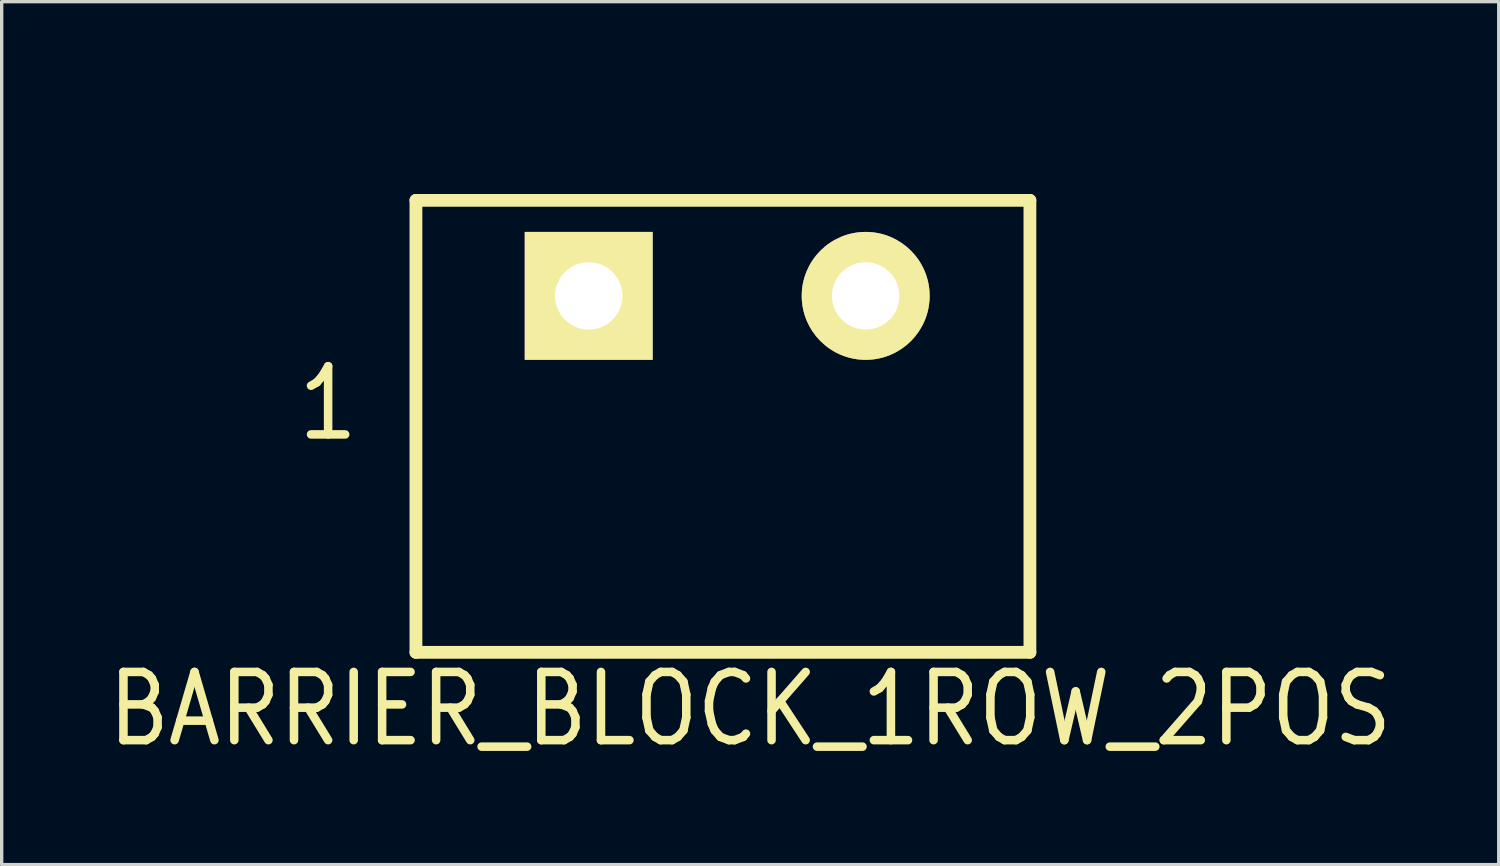
<source format=kicad_pcb>
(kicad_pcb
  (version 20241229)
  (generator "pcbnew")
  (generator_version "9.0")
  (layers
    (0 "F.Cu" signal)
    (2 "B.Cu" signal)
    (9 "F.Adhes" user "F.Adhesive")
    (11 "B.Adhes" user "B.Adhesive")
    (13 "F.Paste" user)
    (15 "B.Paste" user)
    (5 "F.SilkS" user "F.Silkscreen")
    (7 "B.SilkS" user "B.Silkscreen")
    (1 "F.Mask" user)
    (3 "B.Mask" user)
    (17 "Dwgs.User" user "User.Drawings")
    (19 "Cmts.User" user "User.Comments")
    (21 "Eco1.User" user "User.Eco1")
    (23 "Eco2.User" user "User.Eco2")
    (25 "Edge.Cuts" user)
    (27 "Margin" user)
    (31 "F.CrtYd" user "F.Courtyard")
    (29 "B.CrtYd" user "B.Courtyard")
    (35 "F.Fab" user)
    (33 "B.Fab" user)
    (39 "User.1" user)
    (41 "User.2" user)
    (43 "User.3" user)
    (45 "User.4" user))
  (footprint "BARRIER_BLOCK_1ROW_2POS"
    (layer "F.Cu")
    (at 18.483 9.649)
    (property "Reference" "BARRIER_BLOCK_1ROW_2POS" (at 0.813 8.42 0) (layer "F.SilkS") (effects (font (size 2.032 1.778) (thickness 0.254))))
    (property "Value" "BARRIER_BLOCK_1ROW_2POS" (at 0.406 -0.457 0) (layer "F.Fab") (hide yes) (effects (font (size 1 1) (thickness 0.152))))
    (attr through_hole)
    (fp_line (start -9.144 -6.731) (end -9.144 6.731) (stroke (width 0.381) (type solid)) (layer "F.SilkS"))
    (fp_line (start -9.144 -6.731) (end 9.144 -6.731) (stroke (width 0.381) (type solid)) (layer "F.SilkS"))
    (fp_line (start -9.144 6.731) (end 9.144 6.731) (stroke (width 0.381) (type solid)) (layer "F.SilkS"))
    (fp_line (start 9.144 -6.731) (end 9.144 6.731) (stroke (width 0.381) (type solid)) (layer "F.SilkS"))
    (fp_line (start -8.763 -6.477) (end -8.763 6.477) (stroke (width 0.254) (type solid)) (layer "Eco1.User"))
    (fp_line (start -8.763 6.477) (end -7.493 6.477) (stroke (width 0.254) (type solid)) (layer "Eco1.User"))
    (fp_line (start -7.493 -6.477) (end -8.763 -6.477) (stroke (width 0.254) (type solid)) (layer "Eco1.User"))
    (fp_line (start -7.493 -5.664) (end -7.493 -4.394) (stroke (width 0.254) (type solid)) (layer "Eco1.User"))
    (fp_line (start -7.493 -4.394) (end -0.635 -4.394) (stroke (width 0.254) (type solid)) (layer "Eco1.User"))
    (fp_line (start -7.493 4.394) (end -7.493 5.664) (stroke (width 0.254) (type solid)) (layer "Eco1.User"))
    (fp_line (start -7.493 5.664) (end -0.635 5.664) (stroke (width 0.254) (type solid)) (layer "Eco1.User"))
    (fp_line (start -7.493 6.477) (end -7.493 -6.477) (stroke (width 0.254) (type solid)) (layer "Eco1.User"))
    (fp_line (start -2.54 -2.311) (end -5.969 2.057) (stroke (width 0.254) (type solid)) (layer "Eco1.User"))
    (fp_line (start -2.337 -2.184) (end -5.766 2.184) (stroke (width 0.254) (type solid)) (layer "Eco1.User"))
    (fp_line (start -2.134 -2.032) (end -5.563 2.337) (stroke (width 0.254) (type solid)) (layer "Eco1.User"))
    (fp_line (start -0.635 -6.477) (end -0.635 6.477) (stroke (width 0.254) (type solid)) (layer "Eco1.User"))
    (fp_line (start -0.635 -5.664) (end -7.493 -5.664) (stroke (width 0.254) (type solid)) (layer "Eco1.User"))
    (fp_line (start -0.635 -4.394) (end -0.635 -5.664) (stroke (width 0.254) (type solid)) (layer "Eco1.User"))
    (fp_line (start -0.635 4.394) (end -7.493 4.394) (stroke (width 0.254) (type solid)) (layer "Eco1.User"))
    (fp_line (start -0.635 5.664) (end -0.635 4.394) (stroke (width 0.254) (type solid)) (layer "Eco1.User"))
    (fp_line (start -0.635 6.477) (end 0.635 6.477) (stroke (width 0.254) (type solid)) (layer "Eco1.User"))
    (fp_line (start 0.635 -6.477) (end -0.635 -6.477) (stroke (width 0.254) (type solid)) (layer "Eco1.User"))
    (fp_line (start 0.635 -5.664) (end 0.635 -4.394) (stroke (width 0.254) (type solid)) (layer "Eco1.User"))
    (fp_line (start 0.635 -4.394) (end 7.493 -4.394) (stroke (width 0.254) (type solid)) (layer "Eco1.User"))
    (fp_line (start 0.635 4.394) (end 0.635 5.664) (stroke (width 0.254) (type solid)) (layer "Eco1.User"))
    (fp_line (start 0.635 5.664) (end 7.493 5.664) (stroke (width 0.254) (type solid)) (layer "Eco1.User"))
    (fp_line (start 0.635 6.477) (end 0.635 -6.477) (stroke (width 0.254) (type solid)) (layer "Eco1.User"))
    (fp_line (start 5.588 -2.311) (end 2.159 2.057) (stroke (width 0.254) (type solid)) (layer "Eco1.User"))
    (fp_line (start 5.791 -2.184) (end 2.362 2.184) (stroke (width 0.254) (type solid)) (layer "Eco1.User"))
    (fp_line (start 5.994 -2.032) (end 2.565 2.337) (stroke (width 0.254) (type solid)) (layer "Eco1.User"))
    (fp_line (start 7.493 -6.477) (end 7.493 6.477) (stroke (width 0.254) (type solid)) (layer "Eco1.User"))
    (fp_line (start 7.493 -5.664) (end 0.635 -5.664) (stroke (width 0.254) (type solid)) (layer "Eco1.User"))
    (fp_line (start 7.493 -4.394) (end 7.493 -5.664) (stroke (width 0.254) (type solid)) (layer "Eco1.User"))
    (fp_line (start 7.493 4.394) (end 0.635 4.394) (stroke (width 0.254) (type solid)) (layer "Eco1.User"))
    (fp_line (start 7.493 5.664) (end 7.493 4.394) (stroke (width 0.254) (type solid)) (layer "Eco1.User"))
    (fp_line (start 7.493 6.477) (end 8.763 6.477) (stroke (width 0.254) (type solid)) (layer "Eco1.User"))
    (fp_line (start 8.763 -6.477) (end 7.493 -6.477) (stroke (width 0.254) (type solid)) (layer "Eco1.User"))
    (fp_line (start 8.763 6.477) (end 8.763 -6.477) (stroke (width 0.254) (type solid)) (layer "Eco1.User"))
    (fp_circle (center -4.064 0) (end -1.27 0.076) (stroke (width 0.254) (type solid)) (fill no) (layer "Eco1.User"))
    (fp_circle (center 4.064 0) (end 6.858 0.076) (stroke (width 0.254) (type solid)) (fill no) (layer "Eco1.User"))
    (fp_text user "1" (at -11.76 -0.686 0) (layer "F.SilkS") (effects (font (size 2.032 1.778) (thickness 0.254))))
    (fp_text user "${REFERENCE}" (at 0.635 8.357 0) (layer "Eco1.User") (effects (font (size 1.778 1.524) (thickness 0.216))))
    (fp_text user "${VALUE}" (at 0.178 -8.23 0) (layer "Eco1.User") (effects (font (size 1.778 1.524) (thickness 0.216))))
    (pad "1" thru_hole rect (at -3.998 -3.886) (size 3.81 3.81) (drill 2.007) (layers "*.Cu" "*.Mask" "F.SilkS"))
    (pad "2" thru_hole circle (at 4.252 -3.886) (size 3.81 3.81) (drill 2.007) (layers "*.Cu" "*.Mask" "F.SilkS")))
  (gr_rect
    (start -3 -3)
    (end 41.591 22.703)
    (stroke (width 0.1) (type default))
    (fill no)
    (layer "Edge.Cuts")))
</source>
